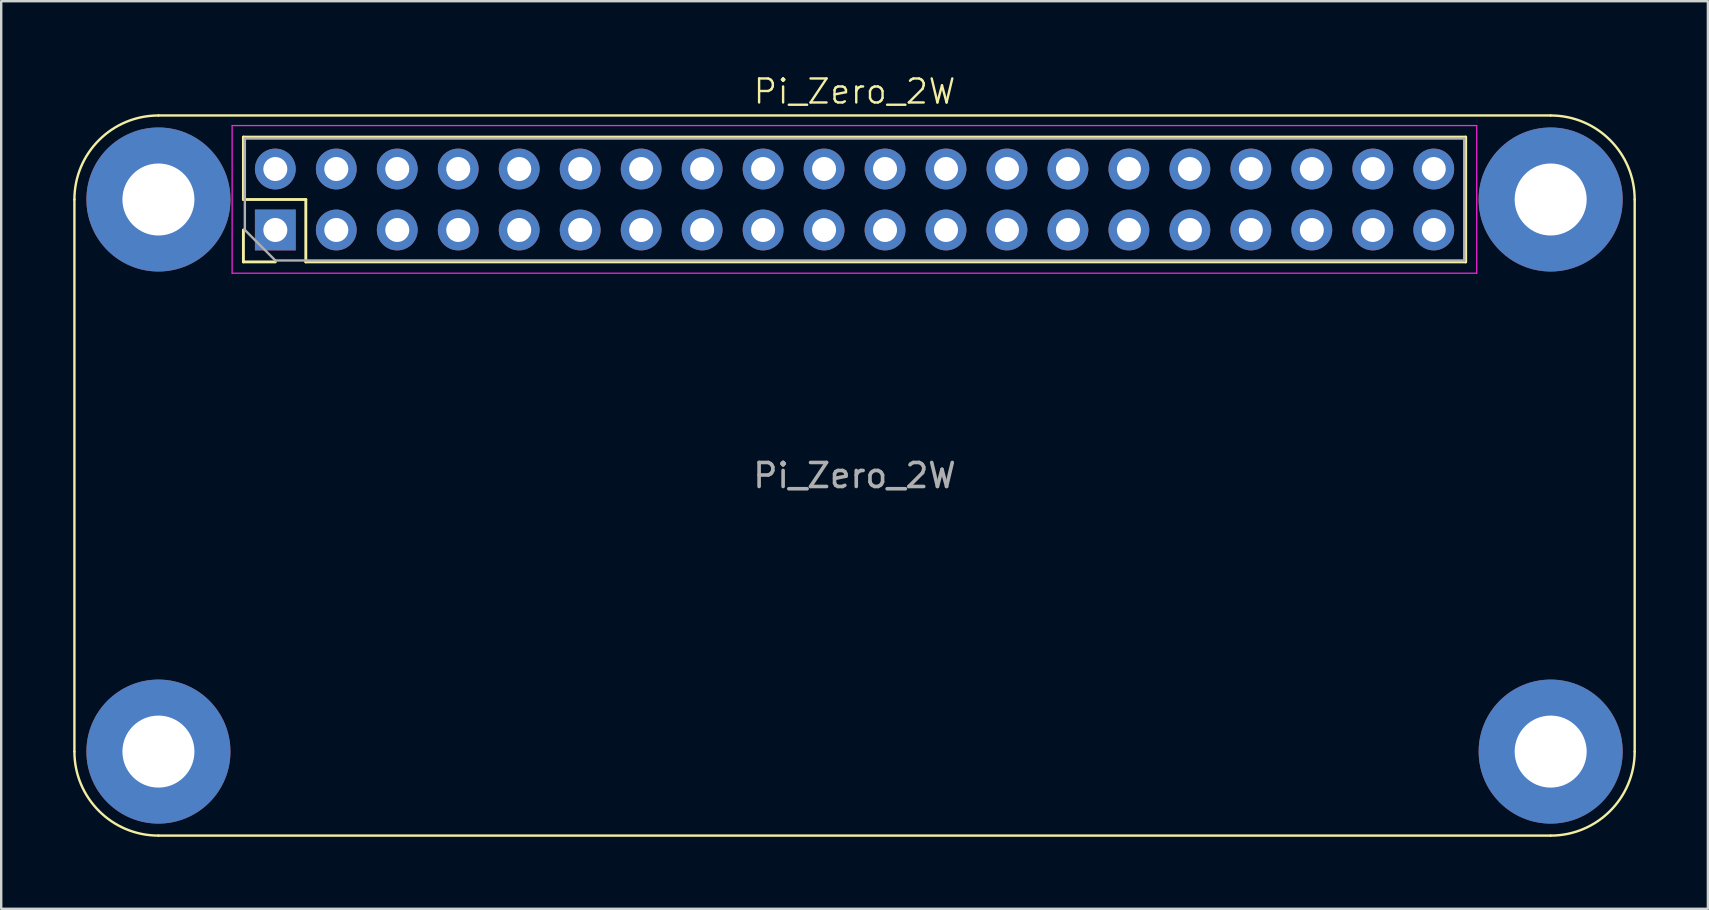
<source format=kicad_pcb>
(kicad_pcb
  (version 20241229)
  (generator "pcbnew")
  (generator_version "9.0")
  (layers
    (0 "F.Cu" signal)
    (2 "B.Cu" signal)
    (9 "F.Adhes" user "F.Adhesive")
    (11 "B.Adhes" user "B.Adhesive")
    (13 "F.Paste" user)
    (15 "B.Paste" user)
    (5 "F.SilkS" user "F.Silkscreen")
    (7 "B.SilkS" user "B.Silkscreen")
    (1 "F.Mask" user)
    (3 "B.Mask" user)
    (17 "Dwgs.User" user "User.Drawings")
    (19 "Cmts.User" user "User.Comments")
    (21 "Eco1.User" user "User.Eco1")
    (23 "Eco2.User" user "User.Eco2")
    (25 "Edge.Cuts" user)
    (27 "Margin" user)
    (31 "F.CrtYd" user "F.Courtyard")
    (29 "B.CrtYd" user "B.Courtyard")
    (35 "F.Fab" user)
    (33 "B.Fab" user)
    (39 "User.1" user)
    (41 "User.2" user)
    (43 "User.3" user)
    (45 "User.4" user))
  (footprint "Pi_Zero_2W"
    (layer "F.Cu")
    (at 32.55 16.761)
    (property "Reference" "Pi_Zero_2W" (at 0 -16 0) (unlocked yes) (layer "F.SilkS") (effects (font (size 1 1) (thickness 0.1))))
    (attr through_hole)
    (fp_line (start -32.5 11.5) (end -32.5 -11.5) (stroke (width 0.1) (type default)) (layer "F.SilkS"))
    (fp_line (start -29 -15) (end 29 -15) (stroke (width 0.1) (type default)) (layer "F.SilkS"))
    (fp_line (start -25.46 -14.1) (end 25.46 -14.1) (stroke (width 0.12) (type solid)) (layer "F.SilkS"))
    (fp_line (start -25.46 -11.5) (end -25.46 -14.1) (stroke (width 0.12) (type solid)) (layer "F.SilkS"))
    (fp_line (start -25.46 -8.9) (end -25.46 -10.23) (stroke (width 0.12) (type solid)) (layer "F.SilkS"))
    (fp_line (start -24.13 -8.9) (end -25.46 -8.9) (stroke (width 0.12) (type solid)) (layer "F.SilkS"))
    (fp_line (start -22.86 -11.5) (end -25.46 -11.5) (stroke (width 0.12) (type solid)) (layer "F.SilkS"))
    (fp_line (start -22.86 -8.9) (end -22.86 -11.5) (stroke (width 0.12) (type solid)) (layer "F.SilkS"))
    (fp_line (start -22.86 -8.9) (end 25.46 -8.9) (stroke (width 0.12) (type solid)) (layer "F.SilkS"))
    (fp_line (start 25.46 -8.9) (end 25.46 -14.1) (stroke (width 0.12) (type solid)) (layer "F.SilkS"))
    (fp_line (start 29 15) (end -29 15) (stroke (width 0.1) (type default)) (layer "F.SilkS"))
    (fp_line (start 32.5 -11.5) (end 32.5 11.5) (stroke (width 0.1) (type default)) (layer "F.SilkS"))
    (fp_arc (start -32.5 -11.5) (mid -31.474874 -13.974874) (end -29 -15) (stroke (width 0.1) (type default)) (layer "F.SilkS"))
    (fp_arc (start -29 15) (mid -31.474874 13.974874) (end -32.5 11.5) (stroke (width 0.1) (type default)) (layer "F.SilkS"))
    (fp_arc (start 29 -15) (mid 31.474874 -13.974874) (end 32.5 -11.5) (stroke (width 0.1) (type default)) (layer "F.SilkS"))
    (fp_arc (start 32.5 11.5) (mid 31.474874 13.974874) (end 29 15) (stroke (width 0.1) (type default)) (layer "F.SilkS"))
    (fp_line (start -25.93 -14.58) (end -25.93 -8.43) (stroke (width 0.05) (type solid)) (layer "F.CrtYd"))
    (fp_line (start -25.93 -8.43) (end 25.92 -8.43) (stroke (width 0.05) (type solid)) (layer "F.CrtYd"))
    (fp_line (start 25.92 -14.58) (end -25.93 -14.58) (stroke (width 0.05) (type solid)) (layer "F.CrtYd"))
    (fp_line (start 25.92 -8.43) (end 25.92 -14.58) (stroke (width 0.05) (type solid)) (layer "F.CrtYd"))
    (fp_line (start -25.4 -14.04) (end 25.4 -14.04) (stroke (width 0.1) (type solid)) (layer "F.Fab"))
    (fp_line (start -25.4 -10.23) (end -25.4 -14.04) (stroke (width 0.1) (type solid)) (layer "F.Fab"))
    (fp_line (start -24.13 -8.96) (end -25.4 -10.23) (stroke (width 0.1) (type solid)) (layer "F.Fab"))
    (fp_line (start 25.4 -14.04) (end 25.4 -8.96) (stroke (width 0.1) (type solid)) (layer "F.Fab"))
    (fp_line (start 25.4 -8.96) (end -24.13 -8.96) (stroke (width 0.1) (type solid)) (layer "F.Fab"))
    (fp_text user "${REFERENCE}" (at 0 0 0) (unlocked yes) (layer "F.Fab") (effects (font (size 1 1) (thickness 0.15))))
    (pad "" thru_hole circle (at -29 -11.5) (size 6 6) (drill 3) (layers "*.Cu" "*.Mask"))
    (pad "" thru_hole circle (at -29 11.5) (size 6 6) (drill 3) (layers "*.Cu" "*.Mask"))
    (pad "" thru_hole circle (at 29 -11.5) (size 6 6) (drill 3) (layers "*.Cu" "*.Mask"))
    (pad "" thru_hole circle (at 29 11.5) (size 6 6) (drill 3) (layers "*.Cu" "*.Mask"))
    (pad "1" thru_hole rect (at -24.13 -10.23 90) (size 1.7 1.7) (drill 1) (layers "*.Cu" "*.Mask"))
    (pad "2" thru_hole oval (at -24.13 -12.77 90) (size 1.7 1.7) (drill 1) (layers "*.Cu" "*.Mask"))
    (pad "3" thru_hole oval (at -21.59 -10.23 90) (size 1.7 1.7) (drill 1) (layers "*.Cu" "*.Mask"))
    (pad "4" thru_hole oval (at -21.59 -12.77 90) (size 1.7 1.7) (drill 1) (layers "*.Cu" "*.Mask"))
    (pad "5" thru_hole oval (at -19.05 -10.23 90) (size 1.7 1.7) (drill 1) (layers "*.Cu" "*.Mask"))
    (pad "6" thru_hole oval (at -19.05 -12.77 90) (size 1.7 1.7) (drill 1) (layers "*.Cu" "*.Mask"))
    (pad "7" thru_hole oval (at -16.51 -10.23 90) (size 1.7 1.7) (drill 1) (layers "*.Cu" "*.Mask"))
    (pad "8" thru_hole oval (at -16.51 -12.77 90) (size 1.7 1.7) (drill 1) (layers "*.Cu" "*.Mask"))
    (pad "9" thru_hole oval (at -13.97 -10.23 90) (size 1.7 1.7) (drill 1) (layers "*.Cu" "*.Mask"))
    (pad "10" thru_hole oval (at -13.97 -12.77 90) (size 1.7 1.7) (drill 1) (layers "*.Cu" "*.Mask"))
    (pad "11" thru_hole oval (at -11.43 -10.23 90) (size 1.7 1.7) (drill 1) (layers "*.Cu" "*.Mask"))
    (pad "12" thru_hole oval (at -11.43 -12.77 90) (size 1.7 1.7) (drill 1) (layers "*.Cu" "*.Mask"))
    (pad "13" thru_hole oval (at -8.89 -10.23 90) (size 1.7 1.7) (drill 1) (layers "*.Cu" "*.Mask"))
    (pad "14" thru_hole oval (at -8.89 -12.77 90) (size 1.7 1.7) (drill 1) (layers "*.Cu" "*.Mask"))
    (pad "15" thru_hole oval (at -6.35 -10.23 90) (size 1.7 1.7) (drill 1) (layers "*.Cu" "*.Mask"))
    (pad "16" thru_hole oval (at -6.35 -12.77 90) (size 1.7 1.7) (drill 1) (layers "*.Cu" "*.Mask"))
    (pad "17" thru_hole oval (at -3.81 -10.23 90) (size 1.7 1.7) (drill 1) (layers "*.Cu" "*.Mask"))
    (pad "18" thru_hole oval (at -3.81 -12.77 90) (size 1.7 1.7) (drill 1) (layers "*.Cu" "*.Mask"))
    (pad "19" thru_hole oval (at -1.27 -10.23 90) (size 1.7 1.7) (drill 1) (layers "*.Cu" "*.Mask"))
    (pad "20" thru_hole oval (at -1.27 -12.77 90) (size 1.7 1.7) (drill 1) (layers "*.Cu" "*.Mask"))
    (pad "21" thru_hole oval (at 1.27 -10.23 90) (size 1.7 1.7) (drill 1) (layers "*.Cu" "*.Mask"))
    (pad "22" thru_hole oval (at 1.27 -12.77 90) (size 1.7 1.7) (drill 1) (layers "*.Cu" "*.Mask"))
    (pad "23" thru_hole oval (at 3.81 -10.23 90) (size 1.7 1.7) (drill 1) (layers "*.Cu" "*.Mask"))
    (pad "24" thru_hole oval (at 3.81 -12.77 90) (size 1.7 1.7) (drill 1) (layers "*.Cu" "*.Mask"))
    (pad "25" thru_hole oval (at 6.35 -10.23 90) (size 1.7 1.7) (drill 1) (layers "*.Cu" "*.Mask"))
    (pad "26" thru_hole oval (at 6.35 -12.77 90) (size 1.7 1.7) (drill 1) (layers "*.Cu" "*.Mask"))
    (pad "27" thru_hole oval (at 8.89 -10.23 90) (size 1.7 1.7) (drill 1) (layers "*.Cu" "*.Mask"))
    (pad "28" thru_hole oval (at 8.89 -12.77 90) (size 1.7 1.7) (drill 1) (layers "*.Cu" "*.Mask"))
    (pad "29" thru_hole oval (at 11.43 -10.23 90) (size 1.7 1.7) (drill 1) (layers "*.Cu" "*.Mask"))
    (pad "30" thru_hole oval (at 11.43 -12.77 90) (size 1.7 1.7) (drill 1) (layers "*.Cu" "*.Mask"))
    (pad "31" thru_hole oval (at 13.97 -10.23 90) (size 1.7 1.7) (drill 1) (layers "*.Cu" "*.Mask"))
    (pad "32" thru_hole oval (at 13.97 -12.77 90) (size 1.7 1.7) (drill 1) (layers "*.Cu" "*.Mask"))
    (pad "33" thru_hole oval (at 16.51 -10.23 90) (size 1.7 1.7) (drill 1) (layers "*.Cu" "*.Mask"))
    (pad "34" thru_hole oval (at 16.51 -12.77 90) (size 1.7 1.7) (drill 1) (layers "*.Cu" "*.Mask"))
    (pad "35" thru_hole oval (at 19.05 -10.23 90) (size 1.7 1.7) (drill 1) (layers "*.Cu" "*.Mask"))
    (pad "36" thru_hole oval (at 19.05 -12.77 90) (size 1.7 1.7) (drill 1) (layers "*.Cu" "*.Mask"))
    (pad "37" thru_hole oval (at 21.59 -10.23 90) (size 1.7 1.7) (drill 1) (layers "*.Cu" "*.Mask"))
    (pad "38" thru_hole oval (at 21.59 -12.77 90) (size 1.7 1.7) (drill 1) (layers "*.Cu" "*.Mask"))
    (pad "39" thru_hole oval (at 24.13 -10.23 90) (size 1.7 1.7) (drill 1) (layers "*.Cu" "*.Mask"))
    (pad "40" thru_hole oval (at 24.13 -12.77 90) (size 1.7 1.7) (drill 1) (layers "*.Cu" "*.Mask")))
  (gr_rect
    (start -3 -3)
    (end 68.1 34.81)
    (stroke (width 0.1) (type default))
    (fill no)
    (layer "Edge.Cuts")))
</source>
